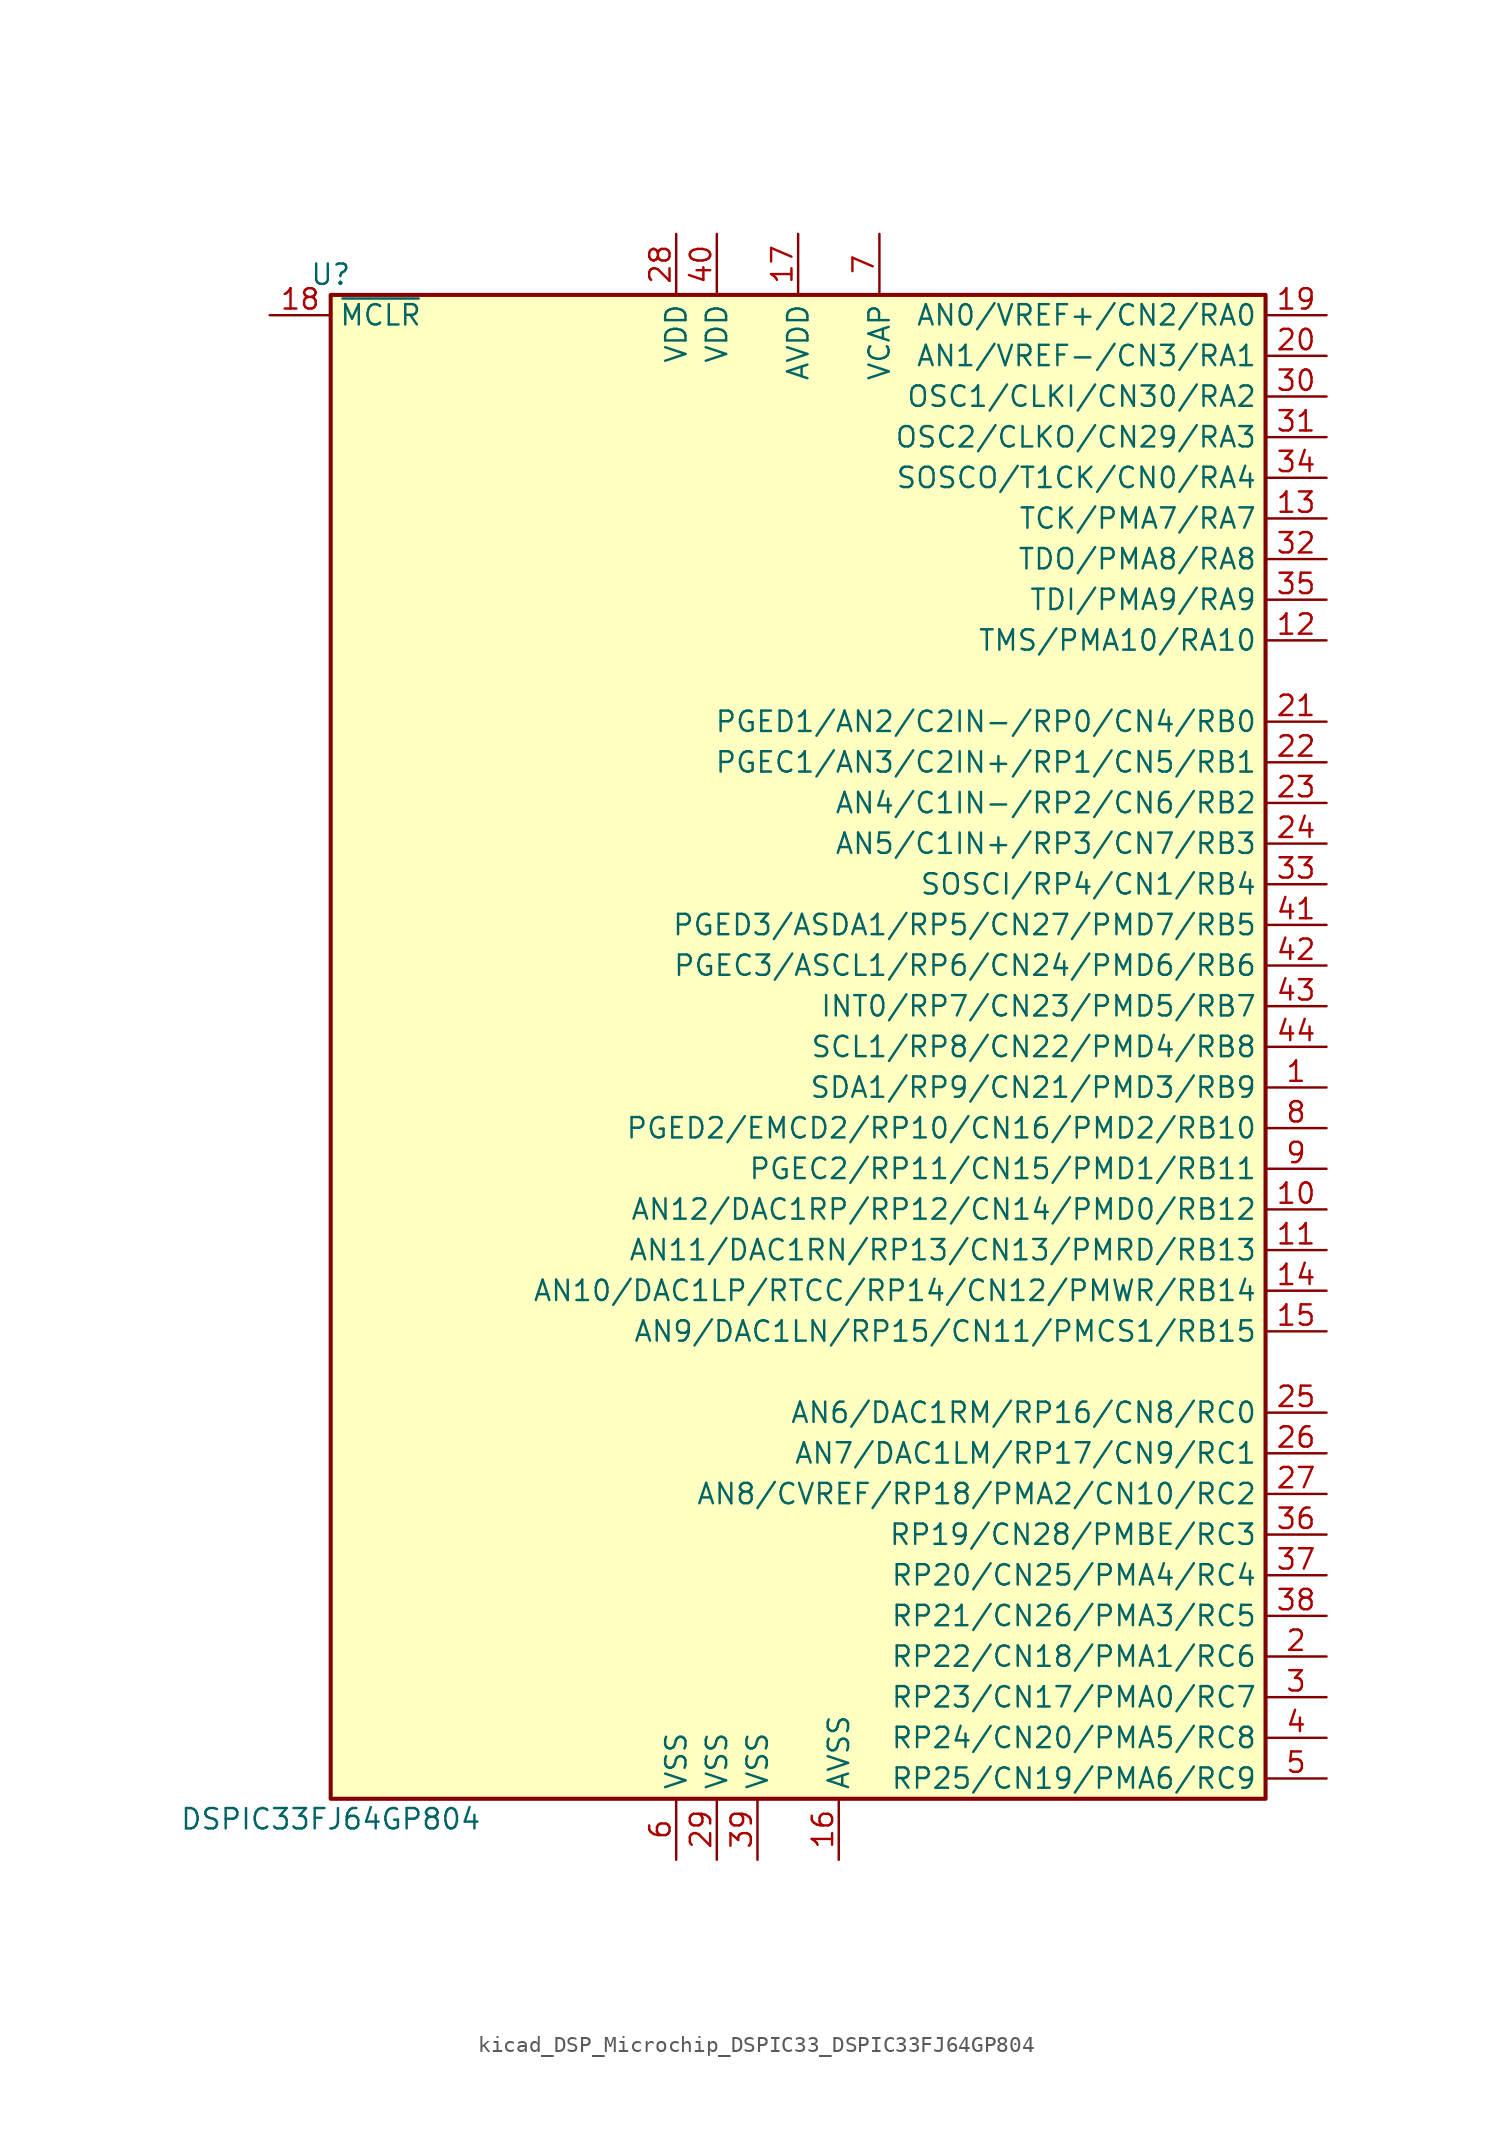
<source format=kicad_sym>
(kicad_symbol_lib
  (version 20220914)
  (generator kicad_symbol_editor)
  (symbol "kicad_DSP_Microchip_DSPIC33_DSPIC33FJ64GP804"
    (property "Reference" "U"
      (at -29.21 48.26 0)
      (effects (font (size 1.27 1.27))))
    (property "Value" "DSPIC33FJ64GP804"
      (at -29.21 -48.26 0)
      (effects (font (size 1.27 1.27))))
    (symbol "kicad_DSP_Microchip_DSPIC33_DSPIC33FJ64GP804_1_1"
      (rectangle (start -29.21 46.99) (end 29.21 -46.99) (stroke (width 0.254) (type default)) (fill (type background)))
      (pin bidirectional line (at 33.02 -2.54 180) (length 3.81) (name "SDA1/RP9/CN21/PMD3/RB9" (effects (font (size 1.27 1.27)))) (number "1" (effects (font (size 1.27 1.27)))))
      (pin bidirectional line (at 33.02 -10.16 180) (length 3.81) (name "AN12/DAC1RP/RP12/CN14/PMD0/RB12" (effects (font (size 1.27 1.27)))) (number "10" (effects (font (size 1.27 1.27)))))
      (pin bidirectional line (at 33.02 -12.7 180) (length 3.81) (name "AN11/DAC1RN/RP13/CN13/PMRD/RB13" (effects (font (size 1.27 1.27)))) (number "11" (effects (font (size 1.27 1.27)))))
      (pin bidirectional line (at 33.02 25.4 180) (length 3.81) (name "TMS/PMA10/RA10" (effects (font (size 1.27 1.27)))) (number "12" (effects (font (size 1.27 1.27)))))
      (pin bidirectional line (at 33.02 33.02 180) (length 3.81) (name "TCK/PMA7/RA7" (effects (font (size 1.27 1.27)))) (number "13" (effects (font (size 1.27 1.27)))))
      (pin bidirectional line (at 33.02 -15.24 180) (length 3.81) (name "AN10/DAC1LP/RTCC/RP14/CN12/PMWR/RB14" (effects (font (size 1.27 1.27)))) (number "14" (effects (font (size 1.27 1.27)))))
      (pin bidirectional line (at 33.02 -17.78 180) (length 3.81) (name "AN9/DAC1LN/RP15/CN11/PMCS1/RB15" (effects (font (size 1.27 1.27)))) (number "15" (effects (font (size 1.27 1.27)))))
      (pin power_in line (at 2.54 -50.8 90) (length 3.81) (name "AVSS" (effects (font (size 1.27 1.27)))) (number "16" (effects (font (size 1.27 1.27)))))
      (pin power_in line (at 0 50.8 270) (length 3.81) (name "AVDD" (effects (font (size 1.27 1.27)))) (number "17" (effects (font (size 1.27 1.27)))))
      (pin input line (at -33.02 45.72 0) (length 3.81) (name "~{MCLR}" (effects (font (size 1.27 1.27)))) (number "18" (effects (font (size 1.27 1.27)))))
      (pin bidirectional line (at 33.02 45.72 180) (length 3.81) (name "AN0/VREF+/CN2/RA0" (effects (font (size 1.27 1.27)))) (number "19" (effects (font (size 1.27 1.27)))))
      (pin bidirectional line (at 33.02 -38.1 180) (length 3.81) (name "RP22/CN18/PMA1/RC6" (effects (font (size 1.27 1.27)))) (number "2" (effects (font (size 1.27 1.27)))))
      (pin bidirectional line (at 33.02 43.18 180) (length 3.81) (name "AN1/VREF-/CN3/RA1" (effects (font (size 1.27 1.27)))) (number "20" (effects (font (size 1.27 1.27)))))
      (pin bidirectional line (at 33.02 20.32 180) (length 3.81) (name "PGED1/AN2/C2IN-/RP0/CN4/RB0" (effects (font (size 1.27 1.27)))) (number "21" (effects (font (size 1.27 1.27)))))
      (pin bidirectional line (at 33.02 17.78 180) (length 3.81) (name "PGEC1/AN3/C2IN+/RP1/CN5/RB1" (effects (font (size 1.27 1.27)))) (number "22" (effects (font (size 1.27 1.27)))))
      (pin bidirectional line (at 33.02 15.24 180) (length 3.81) (name "AN4/C1IN-/RP2/CN6/RB2" (effects (font (size 1.27 1.27)))) (number "23" (effects (font (size 1.27 1.27)))))
      (pin bidirectional line (at 33.02 12.7 180) (length 3.81) (name "AN5/C1IN+/RP3/CN7/RB3" (effects (font (size 1.27 1.27)))) (number "24" (effects (font (size 1.27 1.27)))))
      (pin bidirectional line (at 33.02 -22.86 180) (length 3.81) (name "AN6/DAC1RM/RP16/CN8/RC0" (effects (font (size 1.27 1.27)))) (number "25" (effects (font (size 1.27 1.27)))))
      (pin bidirectional line (at 33.02 -25.4 180) (length 3.81) (name "AN7/DAC1LM/RP17/CN9/RC1" (effects (font (size 1.27 1.27)))) (number "26" (effects (font (size 1.27 1.27)))))
      (pin bidirectional line (at 33.02 -27.94 180) (length 3.81) (name "AN8/CVREF/RP18/PMA2/CN10/RC2" (effects (font (size 1.27 1.27)))) (number "27" (effects (font (size 1.27 1.27)))))
      (pin power_in line (at -7.62 50.8 270) (length 3.81) (name "VDD" (effects (font (size 1.27 1.27)))) (number "28" (effects (font (size 1.27 1.27)))))
      (pin power_in line (at -5.08 -50.8 90) (length 3.81) (name "VSS" (effects (font (size 1.27 1.27)))) (number "29" (effects (font (size 1.27 1.27)))))
      (pin bidirectional line (at 33.02 -40.64 180) (length 3.81) (name "RP23/CN17/PMA0/RC7" (effects (font (size 1.27 1.27)))) (number "3" (effects (font (size 1.27 1.27)))))
      (pin input line (at 33.02 40.64 180) (length 3.81) (name "OSC1/CLKI/CN30/RA2" (effects (font (size 1.27 1.27)))) (number "30" (effects (font (size 1.27 1.27)))))
      (pin input line (at 33.02 38.1 180) (length 3.81) (name "OSC2/CLKO/CN29/RA3" (effects (font (size 1.27 1.27)))) (number "31" (effects (font (size 1.27 1.27)))))
      (pin input line (at 33.02 30.48 180) (length 3.81) (name "TDO/PMA8/RA8" (effects (font (size 1.27 1.27)))) (number "32" (effects (font (size 1.27 1.27)))))
      (pin input line (at 33.02 10.16 180) (length 3.81) (name "SOSCI/RP4/CN1/RB4" (effects (font (size 1.27 1.27)))) (number "33" (effects (font (size 1.27 1.27)))))
      (pin input line (at 33.02 35.56 180) (length 3.81) (name "SOSCO/T1CK/CN0/RA4" (effects (font (size 1.27 1.27)))) (number "34" (effects (font (size 1.27 1.27)))))
      (pin input line (at 33.02 27.94 180) (length 3.81) (name "TDI/PMA9/RA9" (effects (font (size 1.27 1.27)))) (number "35" (effects (font (size 1.27 1.27)))))
      (pin input line (at 33.02 -30.48 180) (length 3.81) (name "RP19/CN28/PMBE/RC3" (effects (font (size 1.27 1.27)))) (number "36" (effects (font (size 1.27 1.27)))))
      (pin input line (at 33.02 -33.02 180) (length 3.81) (name "RP20/CN25/PMA4/RC4" (effects (font (size 1.27 1.27)))) (number "37" (effects (font (size 1.27 1.27)))))
      (pin input line (at 33.02 -35.56 180) (length 3.81) (name "RP21/CN26/PMA3/RC5" (effects (font (size 1.27 1.27)))) (number "38" (effects (font (size 1.27 1.27)))))
      (pin power_in line (at -2.54 -50.8 90) (length 3.81) (name "VSS" (effects (font (size 1.27 1.27)))) (number "39" (effects (font (size 1.27 1.27)))))
      (pin bidirectional line (at 33.02 -43.18 180) (length 3.81) (name "RP24/CN20/PMA5/RC8" (effects (font (size 1.27 1.27)))) (number "4" (effects (font (size 1.27 1.27)))))
      (pin power_in line (at -5.08 50.8 270) (length 3.81) (name "VDD" (effects (font (size 1.27 1.27)))) (number "40" (effects (font (size 1.27 1.27)))))
      (pin input line (at 33.02 7.62 180) (length 3.81) (name "PGED3/ASDA1/RP5/CN27/PMD7/RB5" (effects (font (size 1.27 1.27)))) (number "41" (effects (font (size 1.27 1.27)))))
      (pin input line (at 33.02 5.08 180) (length 3.81) (name "PGEC3/ASCL1/RP6/CN24/PMD6/RB6" (effects (font (size 1.27 1.27)))) (number "42" (effects (font (size 1.27 1.27)))))
      (pin input line (at 33.02 2.54 180) (length 3.81) (name "INT0/RP7/CN23/PMD5/RB7" (effects (font (size 1.27 1.27)))) (number "43" (effects (font (size 1.27 1.27)))))
      (pin input line (at 33.02 0 180) (length 3.81) (name "SCL1/RP8/CN22/PMD4/RB8" (effects (font (size 1.27 1.27)))) (number "44" (effects (font (size 1.27 1.27)))))
      (pin bidirectional line (at 33.02 -45.72 180) (length 3.81) (name "RP25/CN19/PMA6/RC9" (effects (font (size 1.27 1.27)))) (number "5" (effects (font (size 1.27 1.27)))))
      (pin power_in line (at -7.62 -50.8 90) (length 3.81) (name "VSS" (effects (font (size 1.27 1.27)))) (number "6" (effects (font (size 1.27 1.27)))))
      (pin power_in line (at 5.08 50.8 270) (length 3.81) (name "VCAP" (effects (font (size 1.27 1.27)))) (number "7" (effects (font (size 1.27 1.27)))))
      (pin bidirectional line (at 33.02 -5.08 180) (length 3.81) (name "PGED2/EMCD2/RP10/CN16/PMD2/RB10" (effects (font (size 1.27 1.27)))) (number "8" (effects (font (size 1.27 1.27)))))
      (pin bidirectional line (at 33.02 -7.62 180) (length 3.81) (name "PGEC2/RP11/CN15/PMD1/RB11" (effects (font (size 1.27 1.27)))) (number "9" (effects (font (size 1.27 1.27))))))))
</source>
